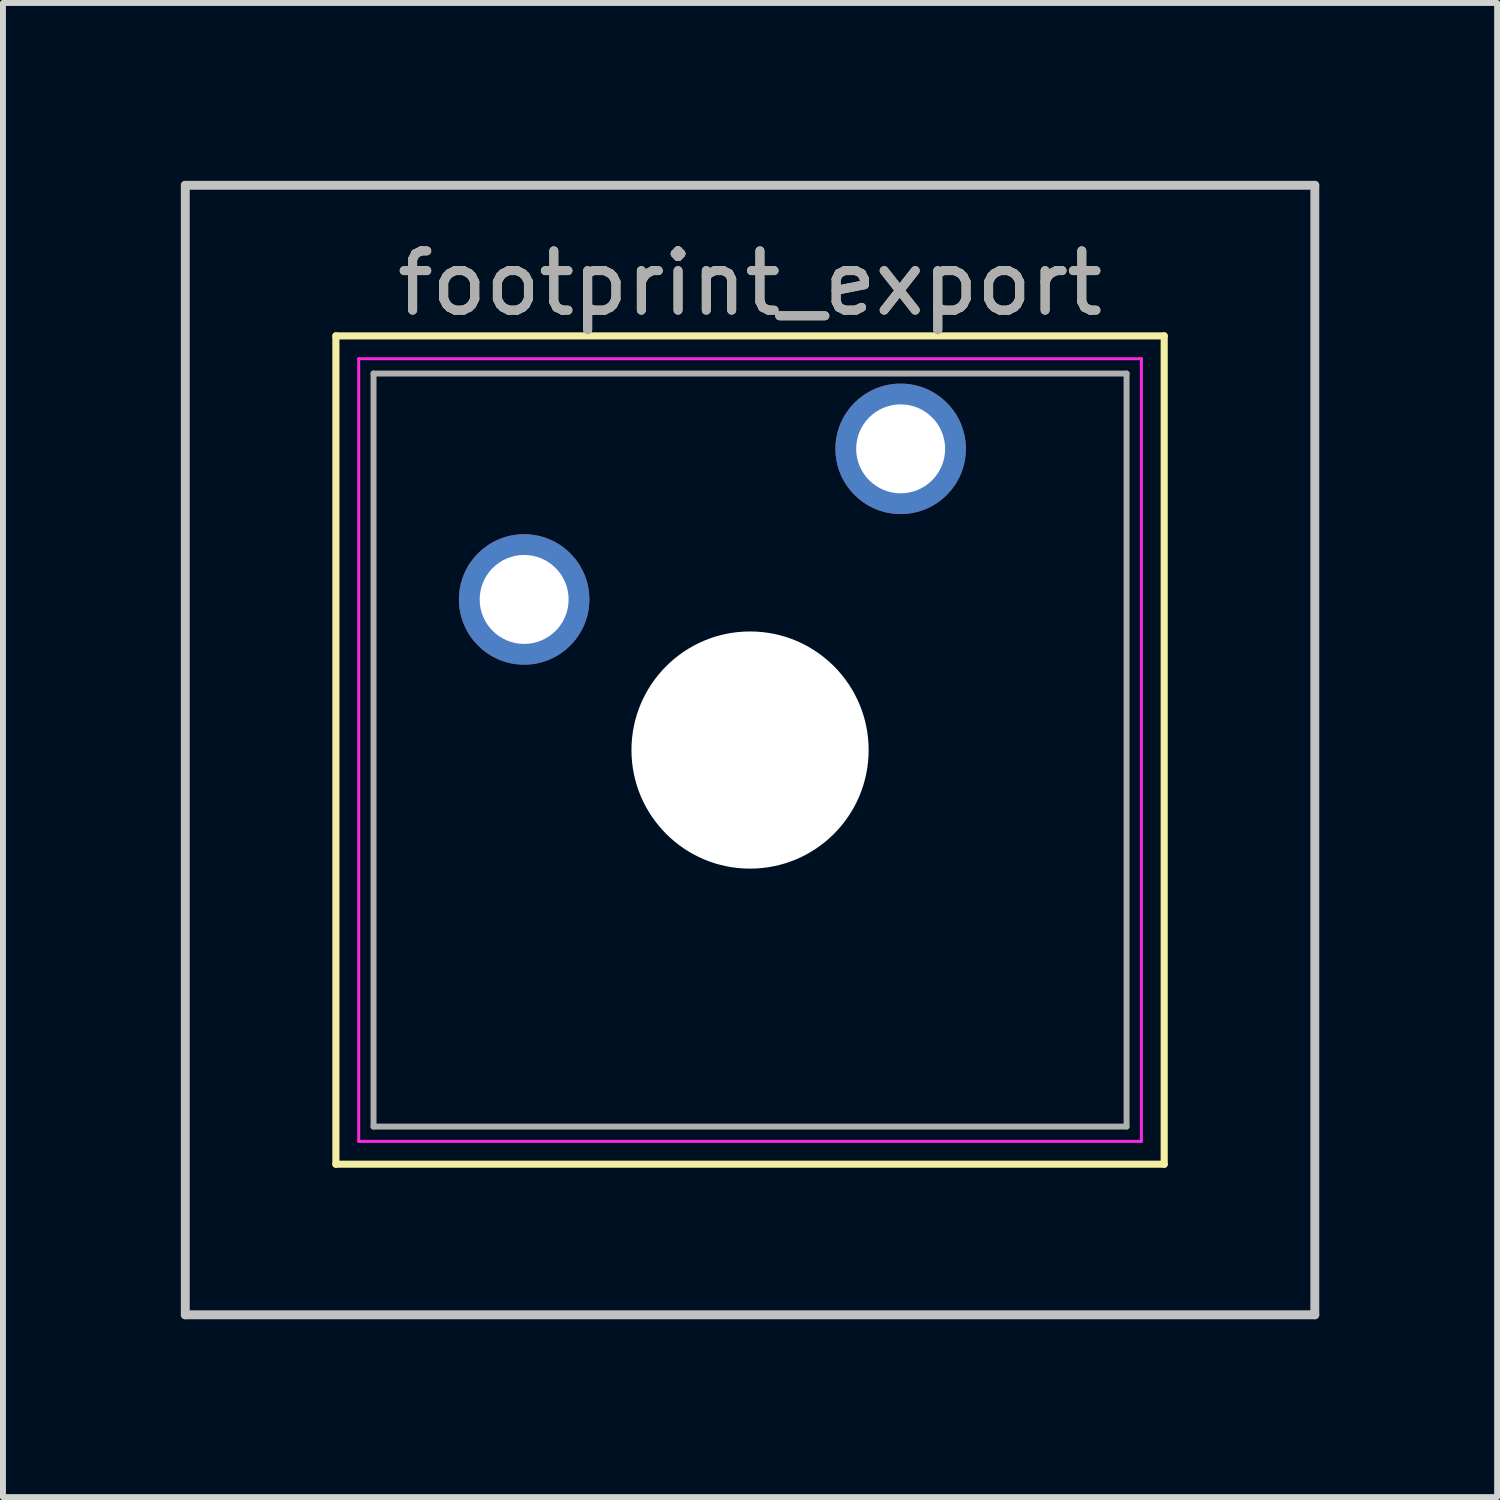
<source format=kicad_pcb>
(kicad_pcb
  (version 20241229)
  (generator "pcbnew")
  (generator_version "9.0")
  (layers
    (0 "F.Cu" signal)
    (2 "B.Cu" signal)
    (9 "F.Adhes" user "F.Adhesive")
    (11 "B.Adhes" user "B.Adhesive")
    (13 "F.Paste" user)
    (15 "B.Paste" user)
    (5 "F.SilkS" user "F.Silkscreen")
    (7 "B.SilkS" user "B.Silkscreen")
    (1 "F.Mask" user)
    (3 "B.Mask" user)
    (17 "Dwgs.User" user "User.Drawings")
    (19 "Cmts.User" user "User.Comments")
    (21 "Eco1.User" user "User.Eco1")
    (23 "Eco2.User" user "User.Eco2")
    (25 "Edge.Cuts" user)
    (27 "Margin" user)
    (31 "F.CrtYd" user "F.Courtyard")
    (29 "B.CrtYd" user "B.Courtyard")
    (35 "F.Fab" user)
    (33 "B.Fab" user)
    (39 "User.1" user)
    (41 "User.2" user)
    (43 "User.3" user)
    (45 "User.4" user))
  (footprint "footprint_export"
    (layer "F.Cu")
    (at 12.14 4.52)
    (property "Reference" "footprint_export" (at -2.54 -2.794 0) (layer "F.SilkS") (effects (font (size 1 1) (thickness 0.15))))
    (attr through_hole)
    (fp_line (start -9.525 -1.905) (end 4.445 -1.905) (stroke (width 0.12) (type solid)) (layer "F.SilkS"))
    (fp_line (start -9.525 12.065) (end -9.525 -1.905) (stroke (width 0.12) (type solid)) (layer "F.SilkS"))
    (fp_line (start 4.445 -1.905) (end 4.445 12.065) (stroke (width 0.12) (type solid)) (layer "F.SilkS"))
    (fp_line (start 4.445 12.065) (end -9.525 12.065) (stroke (width 0.12) (type solid)) (layer "F.SilkS"))
    (fp_line (start -12.065 -4.445) (end 6.985 -4.445) (stroke (width 0.15) (type solid)) (layer "Dwgs.User"))
    (fp_line (start -12.065 14.605) (end -12.065 -4.445) (stroke (width 0.15) (type solid)) (layer "Dwgs.User"))
    (fp_line (start 6.985 -4.445) (end 6.985 14.605) (stroke (width 0.15) (type solid)) (layer "Dwgs.User"))
    (fp_line (start 6.985 14.605) (end -12.065 14.605) (stroke (width 0.15) (type solid)) (layer "Dwgs.User"))
    (fp_line (start -9.14 -1.52) (end 4.06 -1.52) (stroke (width 0.05) (type solid)) (layer "F.CrtYd"))
    (fp_line (start -9.14 11.68) (end -9.14 -1.52) (stroke (width 0.05) (type solid)) (layer "F.CrtYd"))
    (fp_line (start 4.06 -1.52) (end 4.06 11.68) (stroke (width 0.05) (type solid)) (layer "F.CrtYd"))
    (fp_line (start 4.06 11.68) (end -9.14 11.68) (stroke (width 0.05) (type solid)) (layer "F.CrtYd"))
    (fp_line (start -8.89 -1.27) (end 3.81 -1.27) (stroke (width 0.1) (type solid)) (layer "F.Fab"))
    (fp_line (start -8.89 11.43) (end -8.89 -1.27) (stroke (width 0.1) (type solid)) (layer "F.Fab"))
    (fp_line (start 3.81 -1.27) (end 3.81 11.43) (stroke (width 0.1) (type solid)) (layer "F.Fab"))
    (fp_line (start 3.81 11.43) (end -8.89 11.43) (stroke (width 0.1) (type solid)) (layer "F.Fab"))
    (fp_text user "${REFERENCE}" (at -2.54 -2.794 0) (layer "F.Fab") (effects (font (size 1 1) (thickness 0.15))))
    (pad "" np_thru_hole circle (at -2.54 5.08) (size 4 4) (drill 4) (layers "*.Cu" "*.Mask"))
    (pad "1" thru_hole circle (at 0 0) (size 2.2 2.2) (drill 1.5) (layers "*.Cu" "*.Mask"))
    (pad "2" thru_hole circle (at -6.35 2.54) (size 2.2 2.2) (drill 1.5) (layers "*.Cu" "*.Mask")))
  (gr_rect
    (start -3 -3)
    (end 22.2 22.2)
    (stroke (width 0.1) (type default))
    (fill no)
    (layer "Edge.Cuts")))
</source>
